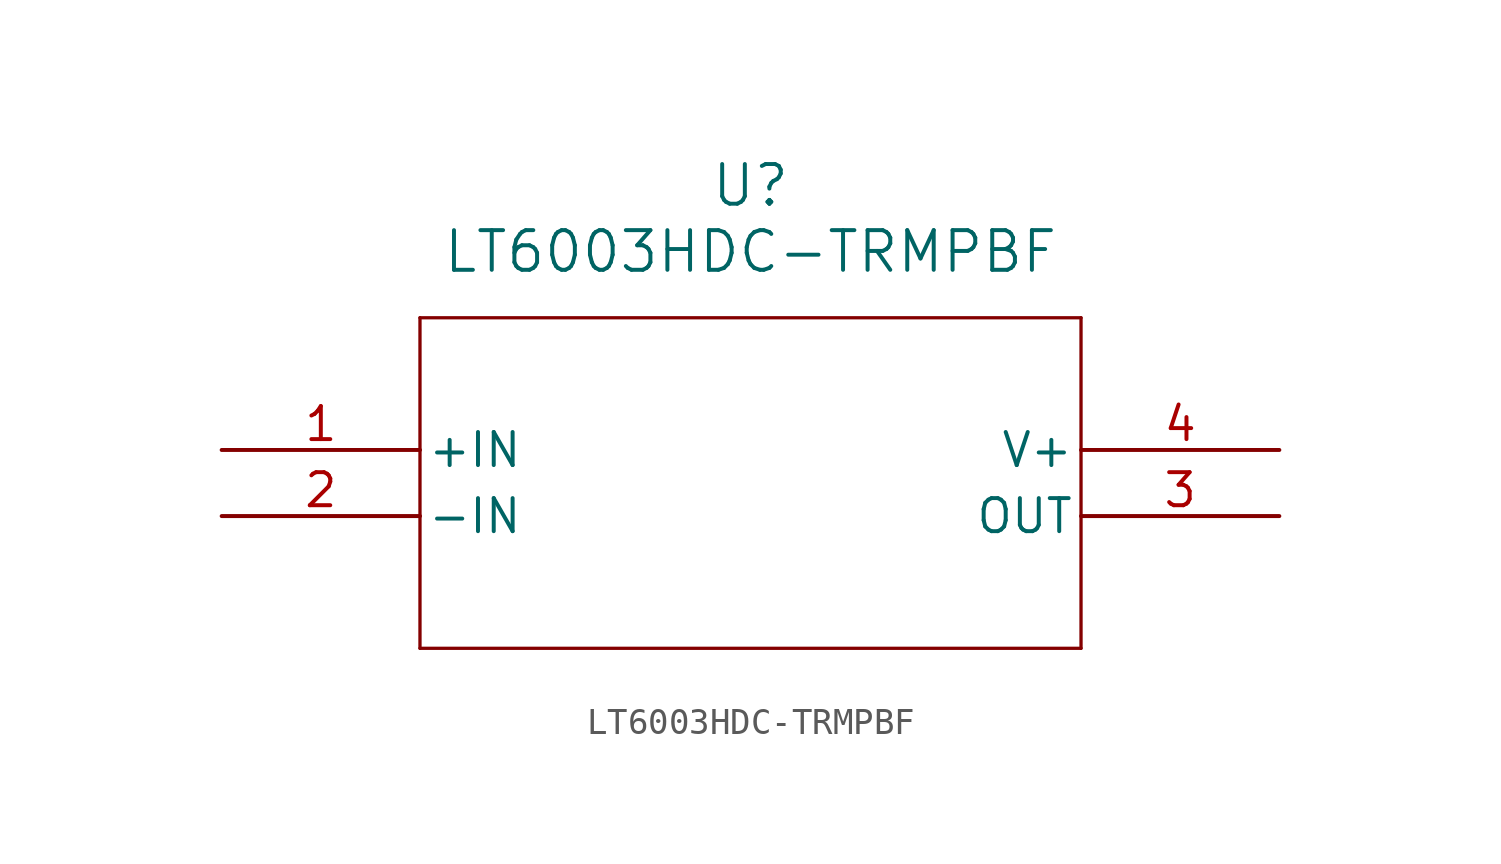
<source format=kicad_sym>
(kicad_symbol_lib
  (version 20211014)
  (generator kicad_symbol_editor)
  (symbol "LT6003HDC-TRMPBF"
    (pin_names
      (offset 0.254))
    (property "Reference" "U"
      (at 20.32 10.16 0)
      (effects (font (size 1.524 1.524))))
    (property "Value" "LT6003HDC-TRMPBF"
      (at 20.32 7.62 0)
      (effects (font (size 1.524 1.524))))
    (symbol "LT6003HDC-TRMPBF_0_1"
      (polyline (pts (xy 7.62 5.08) (xy 7.62 -7.62)) (stroke (width 0.127) (type default) (color 0 0 0 0)) (fill (type none)))
      (polyline (pts (xy 7.62 -7.62) (xy 33.02 -7.62)) (stroke (width 0.127) (type default) (color 0 0 0 0)) (fill (type none)))
      (polyline (pts (xy 33.02 -7.62) (xy 33.02 5.08)) (stroke (width 0.127) (type default) (color 0 0 0 0)) (fill (type none)))
      (polyline (pts (xy 33.02 5.08) (xy 7.62 5.08)) (stroke (width 0.127) (type default) (color 0 0 0 0)) (fill (type none)))
      (pin input line (at 0 0 0) (length 7.62) (name "+IN" (effects (font (size 1.27 1.27)))) (number "1" (effects (font (size 1.27 1.27)))))
      (pin input line (at 0 -2.54 0) (length 7.62) (name "-IN" (effects (font (size 1.27 1.27)))) (number "2" (effects (font (size 1.27 1.27)))))
      (pin output line (at 40.64 -2.54 180) (length 7.62) (name "OUT" (effects (font (size 1.27 1.27)))) (number "3" (effects (font (size 1.27 1.27)))))
      (pin power_in line (at 40.64 0 180) (length 7.62) (name "V+" (effects (font (size 1.27 1.27)))) (number "4" (effects (font (size 1.27 1.27))))))))
</source>
